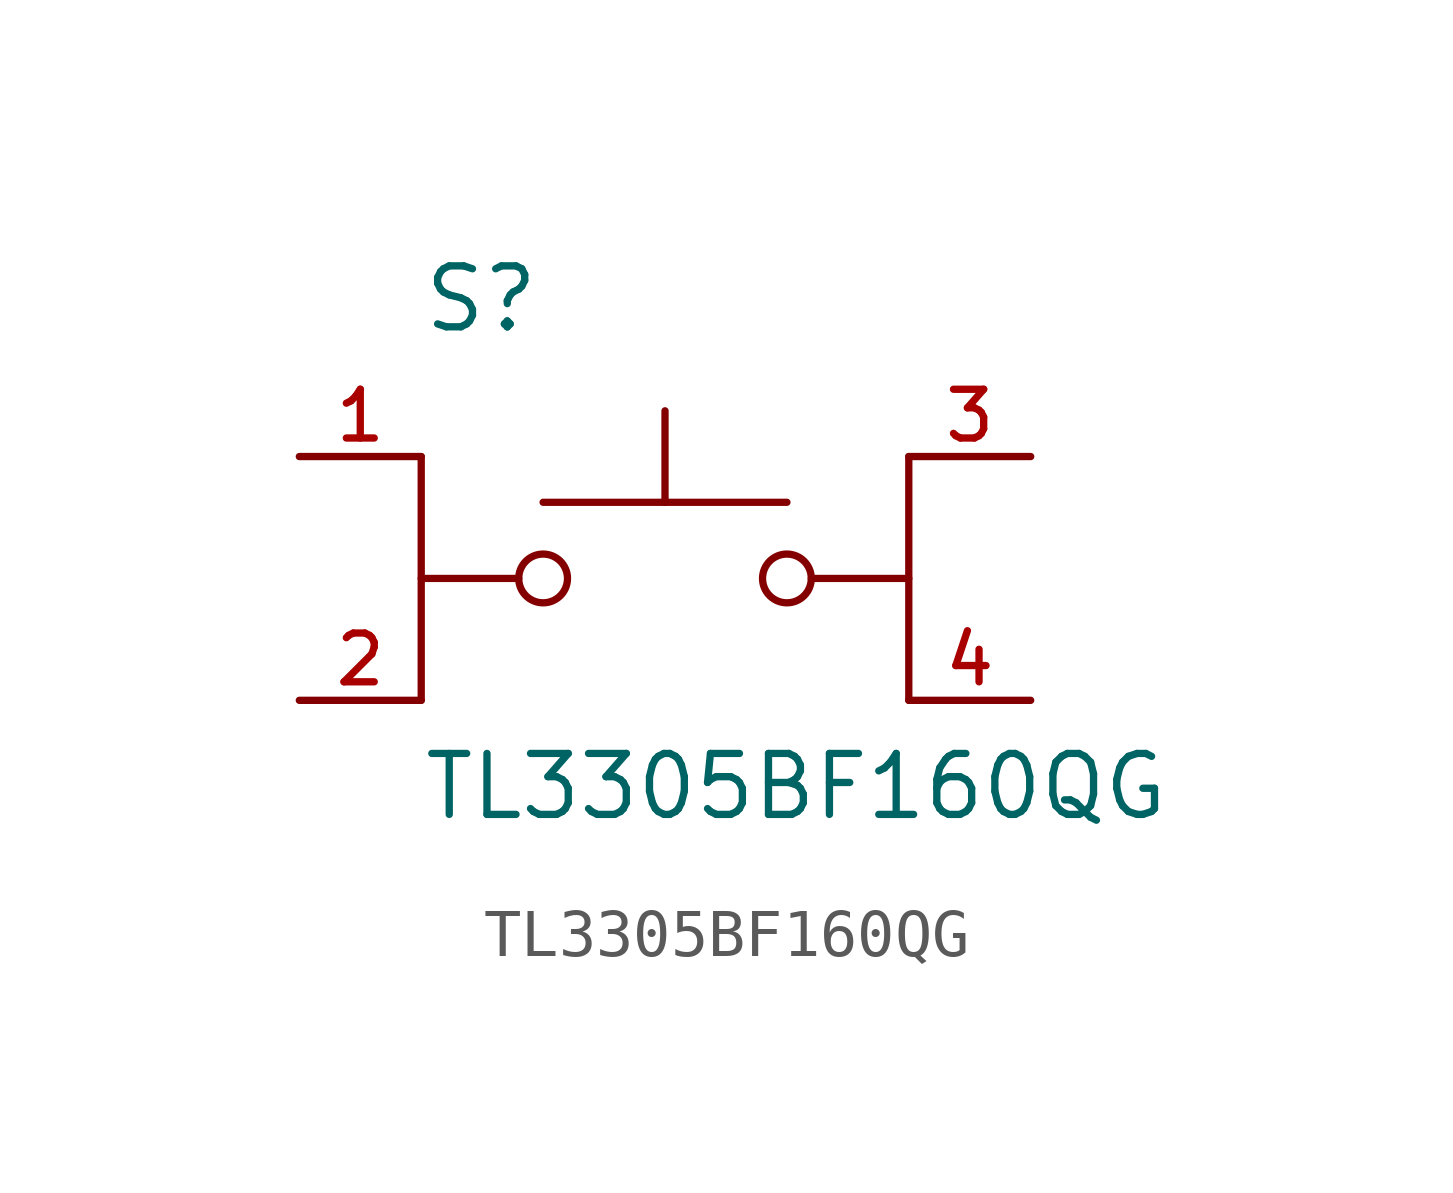
<source format=kicad_sym>
(kicad_symbol_lib
  (version 20211014)
  (generator kicad_symbol_editor)
  (symbol "TL3305BF160QG"
    (pin_names
      (offset 1.016))
    (property "Reference" "S"
      (at -5.08 5.08 0)
      (effects (font (size 1.27 1.27)) (justify bottom left)))
    (property "Value" "TL3305BF160QG"
      (at -5.08 -5.08 0)
      (effects (font (size 1.27 1.27)) (justify bottom left)))
    (symbol "TL3305BF160QG_0_0"
      (circle (center 2.54 0.0) (radius 0.508) (stroke (width 0.152)) (fill (type none)))
      (polyline (pts (xy 5.08 0.0) (xy 3.048 0.0)) (stroke (width 0.152)))
      (polyline (pts (xy -5.08 0.0) (xy -3.048 0.0)) (stroke (width 0.152)))
      (circle (center -2.54 0.0) (radius 0.508) (stroke (width 0.152)) (fill (type none)))
      (polyline (pts (xy -2.54 1.587) (xy 0.0 1.587)) (stroke (width 0.152)))
      (polyline (pts (xy 0.0 1.587) (xy 2.54 1.587)) (stroke (width 0.152)))
      (polyline (pts (xy 0.0 1.587) (xy 0.0 3.493)) (stroke (width 0.152)))
      (polyline (pts (xy -5.08 2.54) (xy -5.08 -2.54)) (stroke (width 0.152)))
      (polyline (pts (xy 5.08 2.54) (xy 5.08 -2.54)) (stroke (width 0.152)))
      (pin passive line (at -7.62 2.54 0) (length 2.54) (name "~" (effects (font (size 1.016 1.016)))) (number "1" (effects (font (size 1.016 1.016)))))
      (pin passive line (at -7.62 -2.54 0) (length 2.54) (name "~" (effects (font (size 1.016 1.016)))) (number "2" (effects (font (size 1.016 1.016)))))
      (pin passive line (at 7.62 2.54 180.0) (length 2.54) (name "~" (effects (font (size 1.016 1.016)))) (number "3" (effects (font (size 1.016 1.016)))))
      (pin passive line (at 7.62 -2.54 180.0) (length 2.54) (name "~" (effects (font (size 1.016 1.016)))) (number "4" (effects (font (size 1.016 1.016))))))))
</source>
